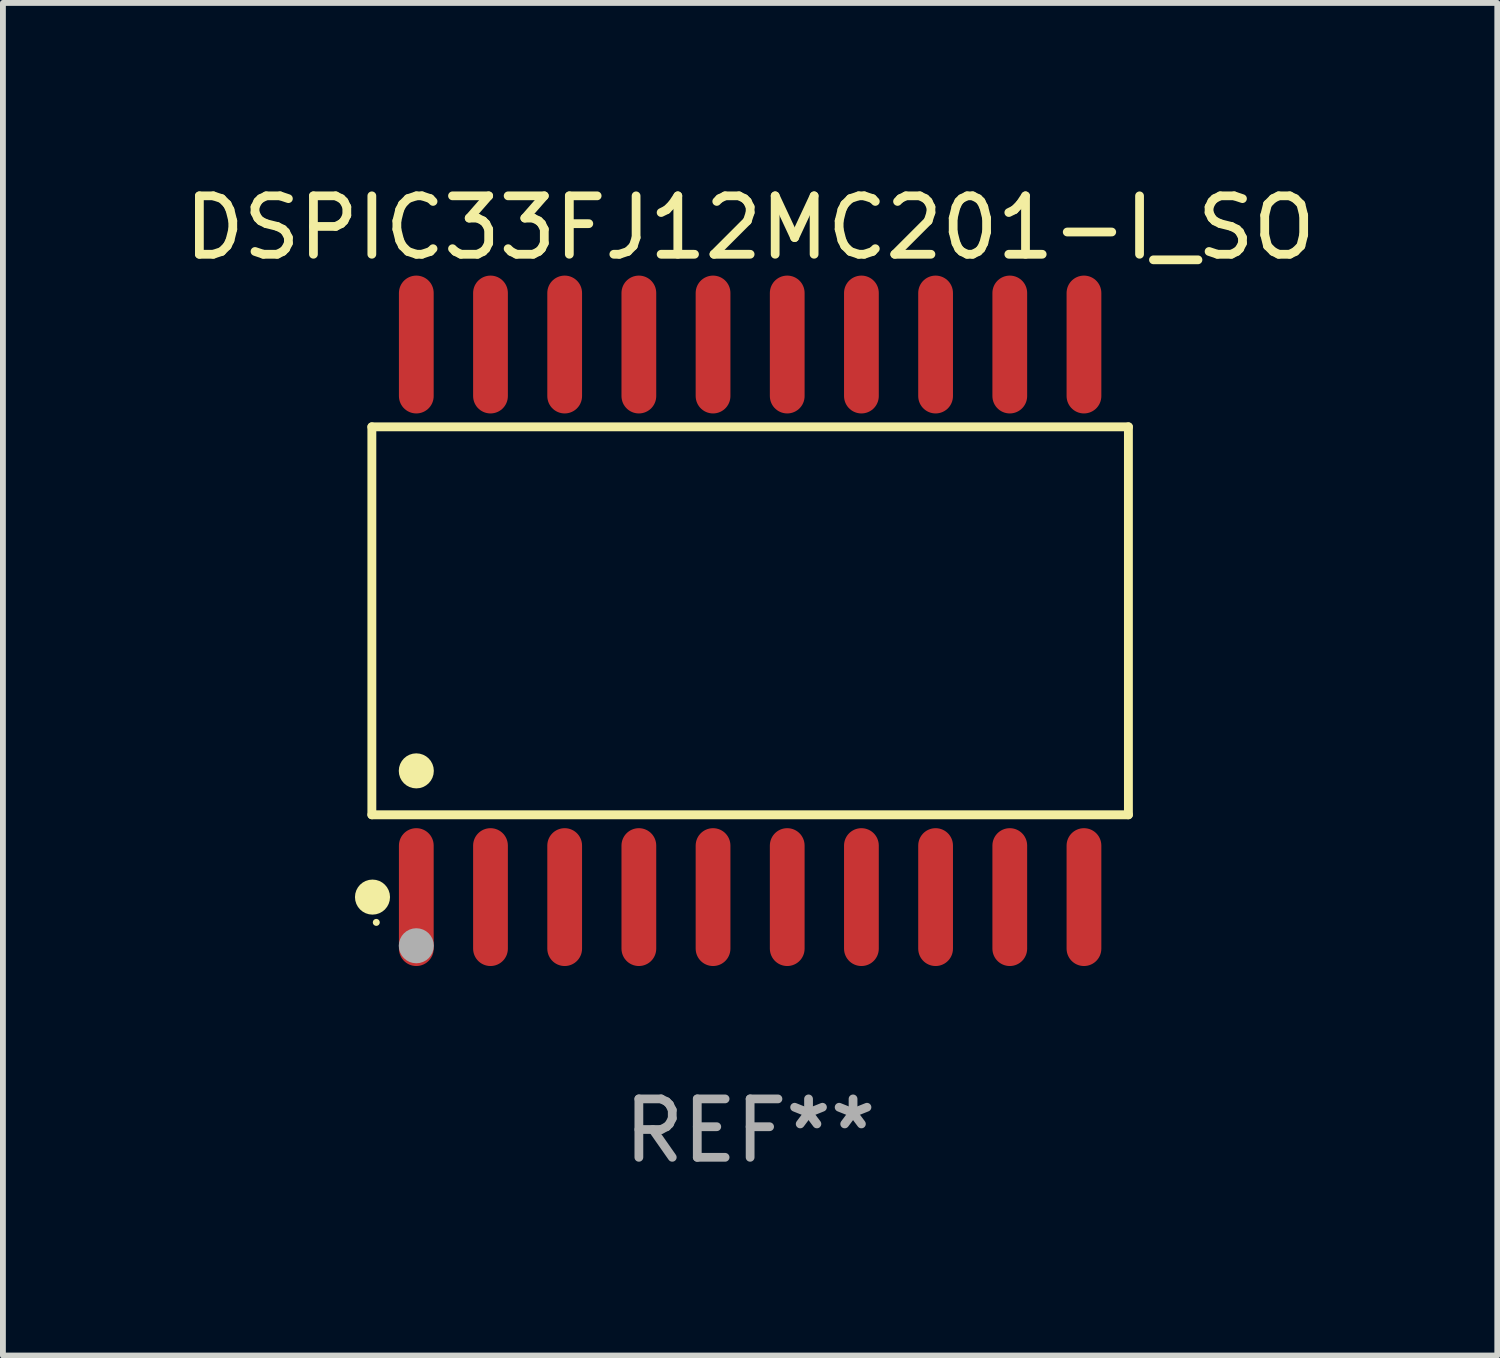
<source format=kicad_pcb>
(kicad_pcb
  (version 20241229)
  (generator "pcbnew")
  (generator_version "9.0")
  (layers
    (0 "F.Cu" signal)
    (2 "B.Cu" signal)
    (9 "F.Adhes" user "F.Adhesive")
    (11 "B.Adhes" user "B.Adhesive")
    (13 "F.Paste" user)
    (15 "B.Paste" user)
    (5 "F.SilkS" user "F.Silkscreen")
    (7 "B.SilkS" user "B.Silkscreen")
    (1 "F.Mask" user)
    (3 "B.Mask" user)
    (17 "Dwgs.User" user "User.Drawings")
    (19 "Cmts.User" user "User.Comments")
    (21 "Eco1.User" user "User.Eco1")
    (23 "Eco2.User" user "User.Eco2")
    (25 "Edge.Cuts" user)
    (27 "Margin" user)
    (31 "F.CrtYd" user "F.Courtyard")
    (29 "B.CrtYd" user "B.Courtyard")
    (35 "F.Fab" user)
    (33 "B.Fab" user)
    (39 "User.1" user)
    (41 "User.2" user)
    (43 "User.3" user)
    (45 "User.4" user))
  (footprint "DSPIC33FJ12MC201-I_SO"
    (layer "F.Cu")
    (at 9.792 7.578)
    (property "Reference" "DSPIC33FJ12MC201-I_SO" (at 0 -6.73 0) (layer "F.SilkS") (effects (font (size 1 1) (thickness 0.15))))
    (attr through_hole)
    (fp_line (start -6.476 -3.321) (end 6.476 -3.321) (stroke (width 0.152) (type solid)) (layer "F.SilkS"))
    (fp_line (start -6.476 3.321) (end -6.476 -3.321) (stroke (width 0.152) (type solid)) (layer "F.SilkS"))
    (fp_line (start 6.476 -3.321) (end 6.476 3.321) (stroke (width 0.152) (type solid)) (layer "F.SilkS"))
    (fp_line (start 6.476 3.321) (end -6.476 3.321) (stroke (width 0.152) (type solid)) (layer "F.SilkS"))
    (fp_circle (center -6.465 4.73) (end -6.315 4.73) (stroke (width 0.3) (type solid)) (fill no) (layer "F.SilkS"))
    (fp_circle (center -6.4 5.163) (end -6.37 5.163) (stroke (width 0.06) (type solid)) (fill no) (layer "F.SilkS"))
    (fp_circle (center -5.715 2.569) (end -5.565 2.569) (stroke (width 0.3) (type solid)) (fill no) (layer "F.SilkS"))
    (fp_circle (center -5.715 5.563) (end -5.565 5.563) (stroke (width 0.3) (type solid)) (fill no) (layer "F.Fab"))
    (fp_text user "REF**" (at 0 8.73 0) (layer "F.Fab") (effects (font (size 1 1) (thickness 0.15))))
    (pad "1" smd oval (at -5.715 4.73) (size 0.595 2.36) (layers "F.Cu" "F.Mask" "F.Paste"))
    (pad "2" smd oval (at -4.445 4.73) (size 0.595 2.36) (layers "F.Cu" "F.Mask" "F.Paste"))
    (pad "3" smd oval (at -3.175 4.73) (size 0.595 2.36) (layers "F.Cu" "F.Mask" "F.Paste"))
    (pad "4" smd oval (at -1.905 4.73) (size 0.595 2.36) (layers "F.Cu" "F.Mask" "F.Paste"))
    (pad "5" smd oval (at -0.635 4.73) (size 0.595 2.36) (layers "F.Cu" "F.Mask" "F.Paste"))
    (pad "6" smd oval (at 0.635 4.73) (size 0.595 2.36) (layers "F.Cu" "F.Mask" "F.Paste"))
    (pad "7" smd oval (at 1.905 4.73) (size 0.595 2.36) (layers "F.Cu" "F.Mask" "F.Paste"))
    (pad "8" smd oval (at 3.175 4.73) (size 0.595 2.36) (layers "F.Cu" "F.Mask" "F.Paste"))
    (pad "9" smd oval (at 4.445 4.73) (size 0.595 2.36) (layers "F.Cu" "F.Mask" "F.Paste"))
    (pad "10" smd oval (at 5.715 4.73) (size 0.595 2.36) (layers "F.Cu" "F.Mask" "F.Paste"))
    (pad "11" smd oval (at 5.715 -4.73) (size 0.595 2.36) (layers "F.Cu" "F.Mask" "F.Paste"))
    (pad "12" smd oval (at 4.445 -4.73) (size 0.595 2.36) (layers "F.Cu" "F.Mask" "F.Paste"))
    (pad "13" smd oval (at 3.175 -4.73) (size 0.595 2.36) (layers "F.Cu" "F.Mask" "F.Paste"))
    (pad "14" smd oval (at 1.905 -4.73) (size 0.595 2.36) (layers "F.Cu" "F.Mask" "F.Paste"))
    (pad "15" smd oval (at 0.635 -4.73) (size 0.595 2.36) (layers "F.Cu" "F.Mask" "F.Paste"))
    (pad "16" smd oval (at -0.635 -4.73) (size 0.595 2.36) (layers "F.Cu" "F.Mask" "F.Paste"))
    (pad "17" smd oval (at -1.905 -4.73) (size 0.595 2.36) (layers "F.Cu" "F.Mask" "F.Paste"))
    (pad "18" smd oval (at -3.175 -4.73) (size 0.595 2.36) (layers "F.Cu" "F.Mask" "F.Paste"))
    (pad "19" smd oval (at -4.445 -4.73) (size 0.595 2.36) (layers "F.Cu" "F.Mask" "F.Paste"))
    (pad "20" smd oval (at -5.715 -4.73) (size 0.595 2.36) (layers "F.Cu" "F.Mask" "F.Paste")))
  (gr_rect
    (start -3 -3)
    (end 22.583 20.156)
    (stroke (width 0.1) (type default))
    (fill no)
    (layer "Edge.Cuts")))
</source>
